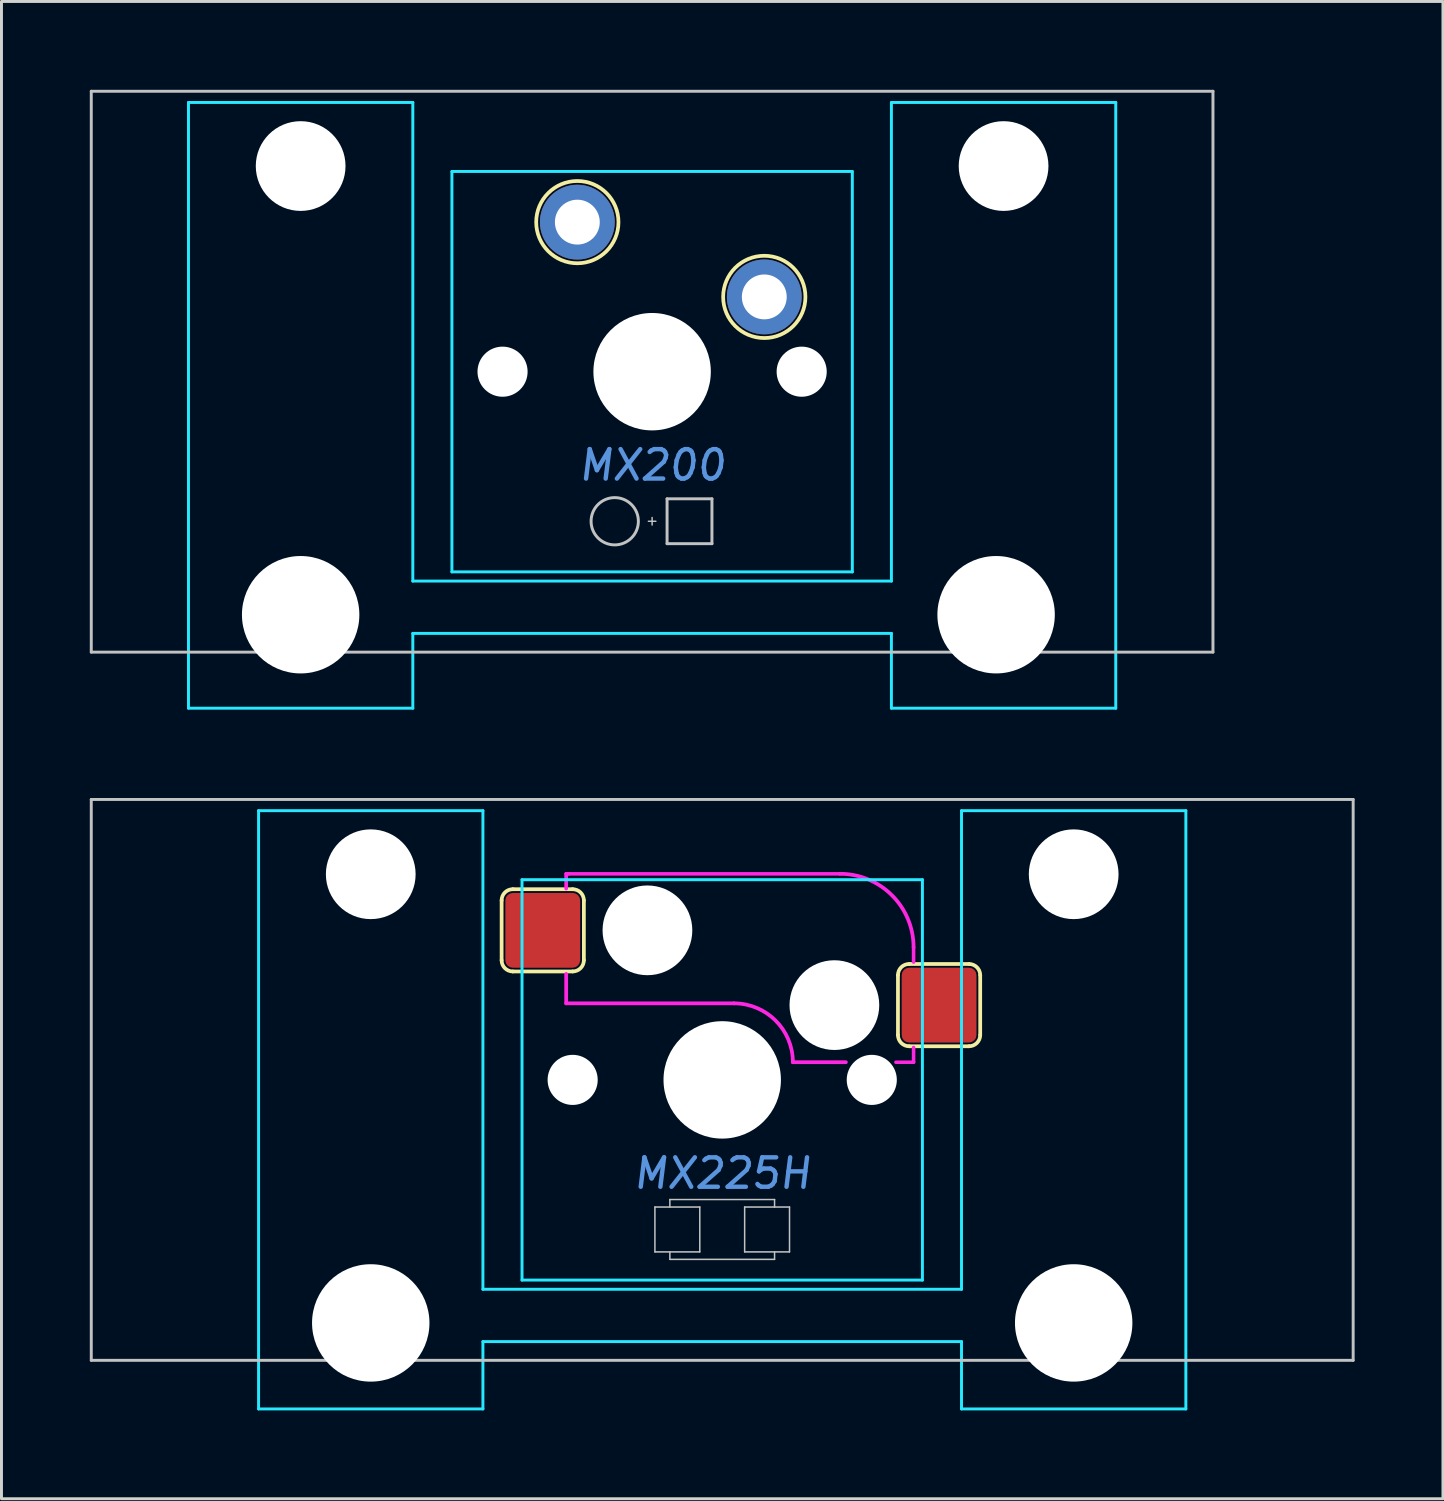
<source format=kicad_pcb>
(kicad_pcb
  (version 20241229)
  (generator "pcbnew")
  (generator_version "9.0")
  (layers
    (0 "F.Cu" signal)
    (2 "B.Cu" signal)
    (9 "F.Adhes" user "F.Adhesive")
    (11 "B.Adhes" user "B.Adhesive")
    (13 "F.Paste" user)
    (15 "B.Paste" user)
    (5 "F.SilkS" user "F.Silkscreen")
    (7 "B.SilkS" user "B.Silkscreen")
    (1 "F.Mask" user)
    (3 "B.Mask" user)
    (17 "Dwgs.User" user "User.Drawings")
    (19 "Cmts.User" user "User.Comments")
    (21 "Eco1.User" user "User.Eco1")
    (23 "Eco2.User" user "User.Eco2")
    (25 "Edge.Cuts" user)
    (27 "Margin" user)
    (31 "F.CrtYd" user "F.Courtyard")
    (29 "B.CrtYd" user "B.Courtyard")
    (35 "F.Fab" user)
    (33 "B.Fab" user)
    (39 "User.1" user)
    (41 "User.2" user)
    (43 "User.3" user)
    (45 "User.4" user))
  (footprint "MX225H"
    (layer "F.Cu")
    (at 21.481 33.63)
    (property "Reference" "MX225H" (at 0 3.175 0) (layer "Cmts.User") (effects (font (size 1 1) (thickness 0.15) (italic yes))))
    (attr through_hole)
    (fp_line (start -7.493 -6.096) (end -7.493 -4.064) (stroke (width 0.127) (type solid)) (layer "F.SilkS"))
    (fp_line (start -7.112 -3.683) (end -5.08 -3.683) (stroke (width 0.127) (type solid)) (layer "F.SilkS"))
    (fp_line (start -5.08 -6.477) (end -7.112 -6.477) (stroke (width 0.127) (type solid)) (layer "F.SilkS"))
    (fp_line (start -4.699 -4.064) (end -4.699 -6.096) (stroke (width 0.127) (type solid)) (layer "F.SilkS"))
    (fp_line (start 5.969 -3.556) (end 5.969 -1.524) (stroke (width 0.127) (type solid)) (layer "F.SilkS"))
    (fp_line (start 6.35 -1.143) (end 8.382 -1.143) (stroke (width 0.127) (type solid)) (layer "F.SilkS"))
    (fp_line (start 8.382 -3.937) (end 6.35 -3.937) (stroke (width 0.127) (type solid)) (layer "F.SilkS"))
    (fp_line (start 8.763 -1.524) (end 8.763 -3.556) (stroke (width 0.127) (type solid)) (layer "F.SilkS"))
    (fp_arc (start -7.493 -6.096) (mid -7.381408 -6.365408) (end -7.112 -6.477) (stroke (width 0.127) (type solid)) (layer "F.SilkS"))
    (fp_arc (start -7.112 -3.683) (mid -7.381408 -3.794592) (end -7.493 -4.064) (stroke (width 0.127) (type solid)) (layer "F.SilkS"))
    (fp_arc (start -5.08 -6.477) (mid -4.810592 -6.365408) (end -4.699 -6.096) (stroke (width 0.127) (type solid)) (layer "F.SilkS"))
    (fp_arc (start -4.699 -4.064) (mid -4.810592 -3.794592) (end -5.08 -3.683) (stroke (width 0.127) (type solid)) (layer "F.SilkS"))
    (fp_arc (start 5.969 -3.556) (mid 6.080592 -3.825408) (end 6.35 -3.937) (stroke (width 0.127) (type solid)) (layer "F.SilkS"))
    (fp_arc (start 6.35 -1.143) (mid 6.080592 -1.254592) (end 5.969 -1.524) (stroke (width 0.127) (type solid)) (layer "F.SilkS"))
    (fp_arc (start 8.382 -3.937) (mid 8.651408 -3.825408) (end 8.763 -3.556) (stroke (width 0.127) (type solid)) (layer "F.SilkS"))
    (fp_arc (start 8.763 -1.524) (mid 8.651408 -1.254592) (end 8.382 -1.143) (stroke (width 0.127) (type solid)) (layer "F.SilkS"))
    (fp_line (start -21.431 -9.525) (end -21.431 9.525) (stroke (width 0.1) (type solid)) (layer "Dwgs.User"))
    (fp_line (start -21.431 -9.525) (end 21.431 -9.525) (stroke (width 0.1) (type solid)) (layer "Dwgs.User"))
    (fp_line (start -21.431 9.525) (end 21.431 9.525) (stroke (width 0.1) (type solid)) (layer "Dwgs.User"))
    (fp_line (start -2.286 4.318) (end -0.762 4.318) (stroke (width 0.051) (type solid)) (layer "Dwgs.User"))
    (fp_line (start -2.286 5.842) (end -2.286 4.318) (stroke (width 0.051) (type solid)) (layer "Dwgs.User"))
    (fp_line (start -1.778 4.064) (end 1.778 4.064) (stroke (width 0.051) (type solid)) (layer "Dwgs.User"))
    (fp_line (start -1.778 4.318) (end -1.778 4.064) (stroke (width 0.051) (type solid)) (layer "Dwgs.User"))
    (fp_line (start -1.778 6.096) (end -1.778 5.842) (stroke (width 0.051) (type solid)) (layer "Dwgs.User"))
    (fp_line (start -0.762 4.318) (end -0.762 5.842) (stroke (width 0.051) (type solid)) (layer "Dwgs.User"))
    (fp_line (start -0.762 5.842) (end -2.286 5.842) (stroke (width 0.051) (type solid)) (layer "Dwgs.User"))
    (fp_line (start 0.762 4.318) (end 2.286 4.318) (stroke (width 0.051) (type solid)) (layer "Dwgs.User"))
    (fp_line (start 0.762 5.842) (end 0.762 4.318) (stroke (width 0.051) (type solid)) (layer "Dwgs.User"))
    (fp_line (start 1.778 4.064) (end 1.778 4.318) (stroke (width 0.051) (type solid)) (layer "Dwgs.User"))
    (fp_line (start 1.778 5.842) (end 1.778 6.096) (stroke (width 0.051) (type solid)) (layer "Dwgs.User"))
    (fp_line (start 1.778 6.096) (end -1.778 6.096) (stroke (width 0.051) (type solid)) (layer "Dwgs.User"))
    (fp_line (start 2.286 4.318) (end 2.286 5.842) (stroke (width 0.051) (type solid)) (layer "Dwgs.User"))
    (fp_line (start 2.286 5.842) (end 0.762 5.842) (stroke (width 0.051) (type solid)) (layer "Dwgs.User"))
    (fp_line (start 21.431 -9.525) (end 21.431 9.525) (stroke (width 0.1) (type solid)) (layer "Dwgs.User"))
    (fp_line (start -15.748 -9.144) (end -15.748 11.176) (stroke (width 0.1) (type solid)) (layer "B.CrtYd"))
    (fp_line (start -15.748 11.176) (end -8.128 11.176) (stroke (width 0.1) (type solid)) (layer "B.CrtYd"))
    (fp_line (start -8.128 -9.144) (end -15.748 -9.144) (stroke (width 0.1) (type solid)) (layer "B.CrtYd"))
    (fp_line (start -8.128 7.112) (end -8.128 -9.144) (stroke (width 0.1) (type solid)) (layer "B.CrtYd"))
    (fp_line (start -8.128 7.112) (end 8.128 7.112) (stroke (width 0.1) (type solid)) (layer "B.CrtYd"))
    (fp_line (start -8.128 8.89) (end -8.128 11.176) (stroke (width 0.1) (type solid)) (layer "B.CrtYd"))
    (fp_line (start -8.128 8.89) (end 8.128 8.89) (stroke (width 0.1) (type solid)) (layer "B.CrtYd"))
    (fp_line (start -6.8 -6.8) (end -6.8 6.8) (stroke (width 0.1) (type solid)) (layer "B.CrtYd"))
    (fp_line (start 6.8 -6.8) (end -6.8 -6.8) (stroke (width 0.1) (type solid)) (layer "B.CrtYd"))
    (fp_line (start 6.8 -6.8) (end 6.8 6.8) (stroke (width 0.1) (type solid)) (layer "B.CrtYd"))
    (fp_line (start 6.8 6.8) (end -6.8 6.8) (stroke (width 0.1) (type solid)) (layer "B.CrtYd"))
    (fp_line (start 8.128 -9.144) (end 15.748 -9.144) (stroke (width 0.1) (type solid)) (layer "B.CrtYd"))
    (fp_line (start 8.128 7.112) (end 8.128 -9.142) (stroke (width 0.1) (type solid)) (layer "B.CrtYd"))
    (fp_line (start 8.128 8.89) (end 8.128 11.176) (stroke (width 0.1) (type solid)) (layer "B.CrtYd"))
    (fp_line (start 15.748 11.176) (end 8.128 11.176) (stroke (width 0.1) (type solid)) (layer "B.CrtYd"))
    (fp_line (start 15.748 11.176) (end 15.748 -9.144) (stroke (width 0.1) (type solid)) (layer "B.CrtYd"))
    (fp_line (start -5.3 -7) (end -5.3 -6.5) (stroke (width 0.127) (type solid)) (layer "F.CrtYd"))
    (fp_line (start -5.3 -3.6) (end -5.3 -2.6) (stroke (width 0.127) (type solid)) (layer "F.CrtYd"))
    (fp_line (start -5.2 -7) (end -5.3 -7) (stroke (width 0.12) (type solid)) (layer "F.CrtYd"))
    (fp_line (start 0.4 -2.6) (end -5.3 -2.6) (stroke (width 0.127) (type solid)) (layer "F.CrtYd"))
    (fp_line (start 4 -7) (end -5.2 -7) (stroke (width 0.12) (type solid)) (layer "F.CrtYd"))
    (fp_line (start 4.2 -0.6) (end 2.4 -0.6) (stroke (width 0.127) (type solid)) (layer "F.CrtYd"))
    (fp_line (start 6.5 -4.5) (end 6.5 -4) (stroke (width 0.12) (type solid)) (layer "F.CrtYd"))
    (fp_line (start 6.5 -1.1) (end 6.5 -0.6) (stroke (width 0.12) (type solid)) (layer "F.CrtYd"))
    (fp_line (start 6.5 -0.6) (end 5.9 -0.6) (stroke (width 0.12) (type solid)) (layer "F.CrtYd"))
    (fp_arc (start 0.4 -2.6) (mid 1.814214 -2.014214) (end 2.4 -0.6) (stroke (width 0.127) (type solid)) (layer "F.CrtYd"))
    (fp_arc (start 4 -7) (mid 5.767767 -6.267767) (end 6.5 -4.5) (stroke (width 0.127) (type solid)) (layer "F.CrtYd"))
    (pad "" np_thru_hole circle (at -11.938 -6.985) (size 3.048 3.048) (drill 3.048) (layers "*.Cu" "*.Mask"))
    (pad "" np_thru_hole circle (at -11.938 8.255) (size 3.988 3.988) (drill 3.988) (layers "*.Cu" "*.Mask"))
    (pad "" np_thru_hole circle (at -5.08 0) (size 1.702 1.702) (drill 1.702) (layers "*.Cu" "*.Mask"))
    (pad "" np_thru_hole circle (at -2.54 -5.08) (size 3.048 3.048) (drill 3.048) (layers "*.Cu" "*.Mask"))
    (pad "" np_thru_hole circle (at 0 0) (size 3.988 3.988) (drill 3.988) (layers "*.Cu" "*.Mask"))
    (pad "" np_thru_hole circle (at 3.81 -2.54) (size 3.048 3.048) (drill 3.048) (layers "*.Cu" "*.Mask"))
    (pad "" np_thru_hole circle (at 5.08 0) (size 1.702 1.702) (drill 1.702) (layers "*.Cu" "*.Mask"))
    (pad "" np_thru_hole circle (at 11.938 -6.985) (size 3.048 3.048) (drill 3.048) (layers "*.Cu" "*.Mask"))
    (pad "" np_thru_hole circle (at 11.938 8.255) (size 3.988 3.988) (drill 3.988) (layers "*.Cu" "*.Mask"))
    (pad "1" smd roundrect (at -6.096 -5.08) (size 2.54 2.54) (layers "F.Cu" "F.Mask") (roundrect_rratio 0.1))
    (pad "2" smd roundrect (at 7.366 -2.54) (size 2.54 2.54) (layers "F.Cu" "F.Mask") (roundrect_rratio 0.1)))
  (footprint "MX200"
    (layer "F.Cu")
    (at 19.1 9.575)
    (property "Reference" "MX200" (at 0 3.175 0) (layer "Cmts.User") (effects (font (size 1 1) (thickness 0.15) (italic yes))))
    (attr through_hole)
    (fp_circle (center -2.54 -5.08) (end -1.143 -5.08) (stroke (width 0.127) (type solid)) (fill no) (layer "F.SilkS"))
    (fp_circle (center 3.81 -2.54) (end 5.207 -2.54) (stroke (width 0.127) (type solid)) (fill no) (layer "F.SilkS"))
    (fp_line (start -19.05 -9.525) (end -19.05 9.525) (stroke (width 0.1) (type solid)) (layer "Dwgs.User"))
    (fp_line (start -19.05 -9.525) (end 19.05 -9.525) (stroke (width 0.1) (type solid)) (layer "Dwgs.User"))
    (fp_line (start -19.05 9.525) (end 19.05 9.525) (stroke (width 0.1) (type solid)) (layer "Dwgs.User"))
    (fp_line (start -0.127 5.08) (end 0.127 5.08) (stroke (width 0.05) (type solid)) (layer "Dwgs.User"))
    (fp_line (start 0 5.207) (end 0 4.953) (stroke (width 0.05) (type solid)) (layer "Dwgs.User"))
    (fp_line (start 0.508 4.318) (end 0.508 5.842) (stroke (width 0.1) (type solid)) (layer "Dwgs.User"))
    (fp_line (start 0.508 4.318) (end 2.032 4.318) (stroke (width 0.1) (type solid)) (layer "Dwgs.User"))
    (fp_line (start 0.508 5.842) (end 2.032 5.842) (stroke (width 0.1) (type solid)) (layer "Dwgs.User"))
    (fp_line (start 2.032 5.842) (end 2.032 4.318) (stroke (width 0.1) (type solid)) (layer "Dwgs.User"))
    (fp_line (start 19.05 -9.525) (end 19.05 9.525) (stroke (width 0.1) (type solid)) (layer "Dwgs.User"))
    (fp_circle (center -1.27 5.08) (end -0.467 5.08) (stroke (width 0.1) (type solid)) (fill no) (layer "Dwgs.User"))
    (fp_line (start -15.748 -9.144) (end -8.128 -9.144) (stroke (width 0.1) (type solid)) (layer "B.CrtYd"))
    (fp_line (start -15.748 11.43) (end -15.748 -9.144) (stroke (width 0.1) (type solid)) (layer "B.CrtYd"))
    (fp_line (start -8.128 -9.144) (end -8.128 7.112) (stroke (width 0.1) (type solid)) (layer "B.CrtYd"))
    (fp_line (start -8.128 7.112) (end 8.128 7.112) (stroke (width 0.1) (type solid)) (layer "B.CrtYd"))
    (fp_line (start -8.128 8.89) (end 8.128 8.89) (stroke (width 0.1) (type solid)) (layer "B.CrtYd"))
    (fp_line (start -8.128 11.43) (end -15.748 11.43) (stroke (width 0.1) (type solid)) (layer "B.CrtYd"))
    (fp_line (start -8.128 11.43) (end -8.128 8.89) (stroke (width 0.1) (type solid)) (layer "B.CrtYd"))
    (fp_line (start -6.8 6.8) (end -6.8 -6.8) (stroke (width 0.1) (type solid)) (layer "B.CrtYd"))
    (fp_line (start 6.8 -6.8) (end -6.8 -6.8) (stroke (width 0.1) (type solid)) (layer "B.CrtYd"))
    (fp_line (start 6.8 6.8) (end -6.8 6.8) (stroke (width 0.1) (type solid)) (layer "B.CrtYd"))
    (fp_line (start 6.8 6.8) (end 6.8 -6.8) (stroke (width 0.1) (type solid)) (layer "B.CrtYd"))
    (fp_line (start 8.128 -9.144) (end 8.128 7.112) (stroke (width 0.1) (type solid)) (layer "B.CrtYd"))
    (fp_line (start 8.128 -9.144) (end 15.748 -9.144) (stroke (width 0.1) (type solid)) (layer "B.CrtYd"))
    (fp_line (start 8.128 11.43) (end 8.128 8.89) (stroke (width 0.1) (type solid)) (layer "B.CrtYd"))
    (fp_line (start 15.748 -9.144) (end 15.748 11.43) (stroke (width 0.1) (type solid)) (layer "B.CrtYd"))
    (fp_line (start 15.748 11.43) (end 8.128 11.43) (stroke (width 0.1) (type solid)) (layer "B.CrtYd"))
    (pad "" np_thru_hole circle (at -11.938 -6.985) (size 3.048 3.048) (drill 3.048) (layers "*.Cu" "*.Mask"))
    (pad "" np_thru_hole circle (at -11.938 8.255) (size 3.988 3.988) (drill 3.988) (layers "*.Cu" "*.Mask"))
    (pad "" np_thru_hole circle (at -5.08 0) (size 1.702 1.702) (drill 1.702) (layers "*.Cu" "*.Mask"))
    (pad "" np_thru_hole circle (at 0 0) (size 3.988 3.988) (drill 3.988) (layers "*.Cu" "*.Mask"))
    (pad "" np_thru_hole circle (at 5.08 0) (size 1.702 1.702) (drill 1.702) (layers "*.Cu" "*.Mask"))
    (pad "" np_thru_hole circle (at 11.684 8.255) (size 3.988 3.988) (drill 3.988) (layers "*.Cu" "*.Mask"))
    (pad "" np_thru_hole circle (at 11.938 -6.985) (size 3.048 3.048) (drill 3.048) (layers "*.Cu" "*.Mask"))
    (pad "1" thru_hole circle (at -2.54 -5.08) (size 2.54 2.54) (drill 1.524) (layers "*.Cu" "*.Mask"))
    (pad "2" thru_hole circle (at 3.81 -2.54) (size 2.54 2.54) (drill 1.524) (layers "*.Cu" "*.Mask")))
  (gr_rect
    (start -3 -3)
    (end 45.962 47.856)
    (stroke (width 0.1) (type default))
    (fill no)
    (layer "Edge.Cuts")))
</source>
